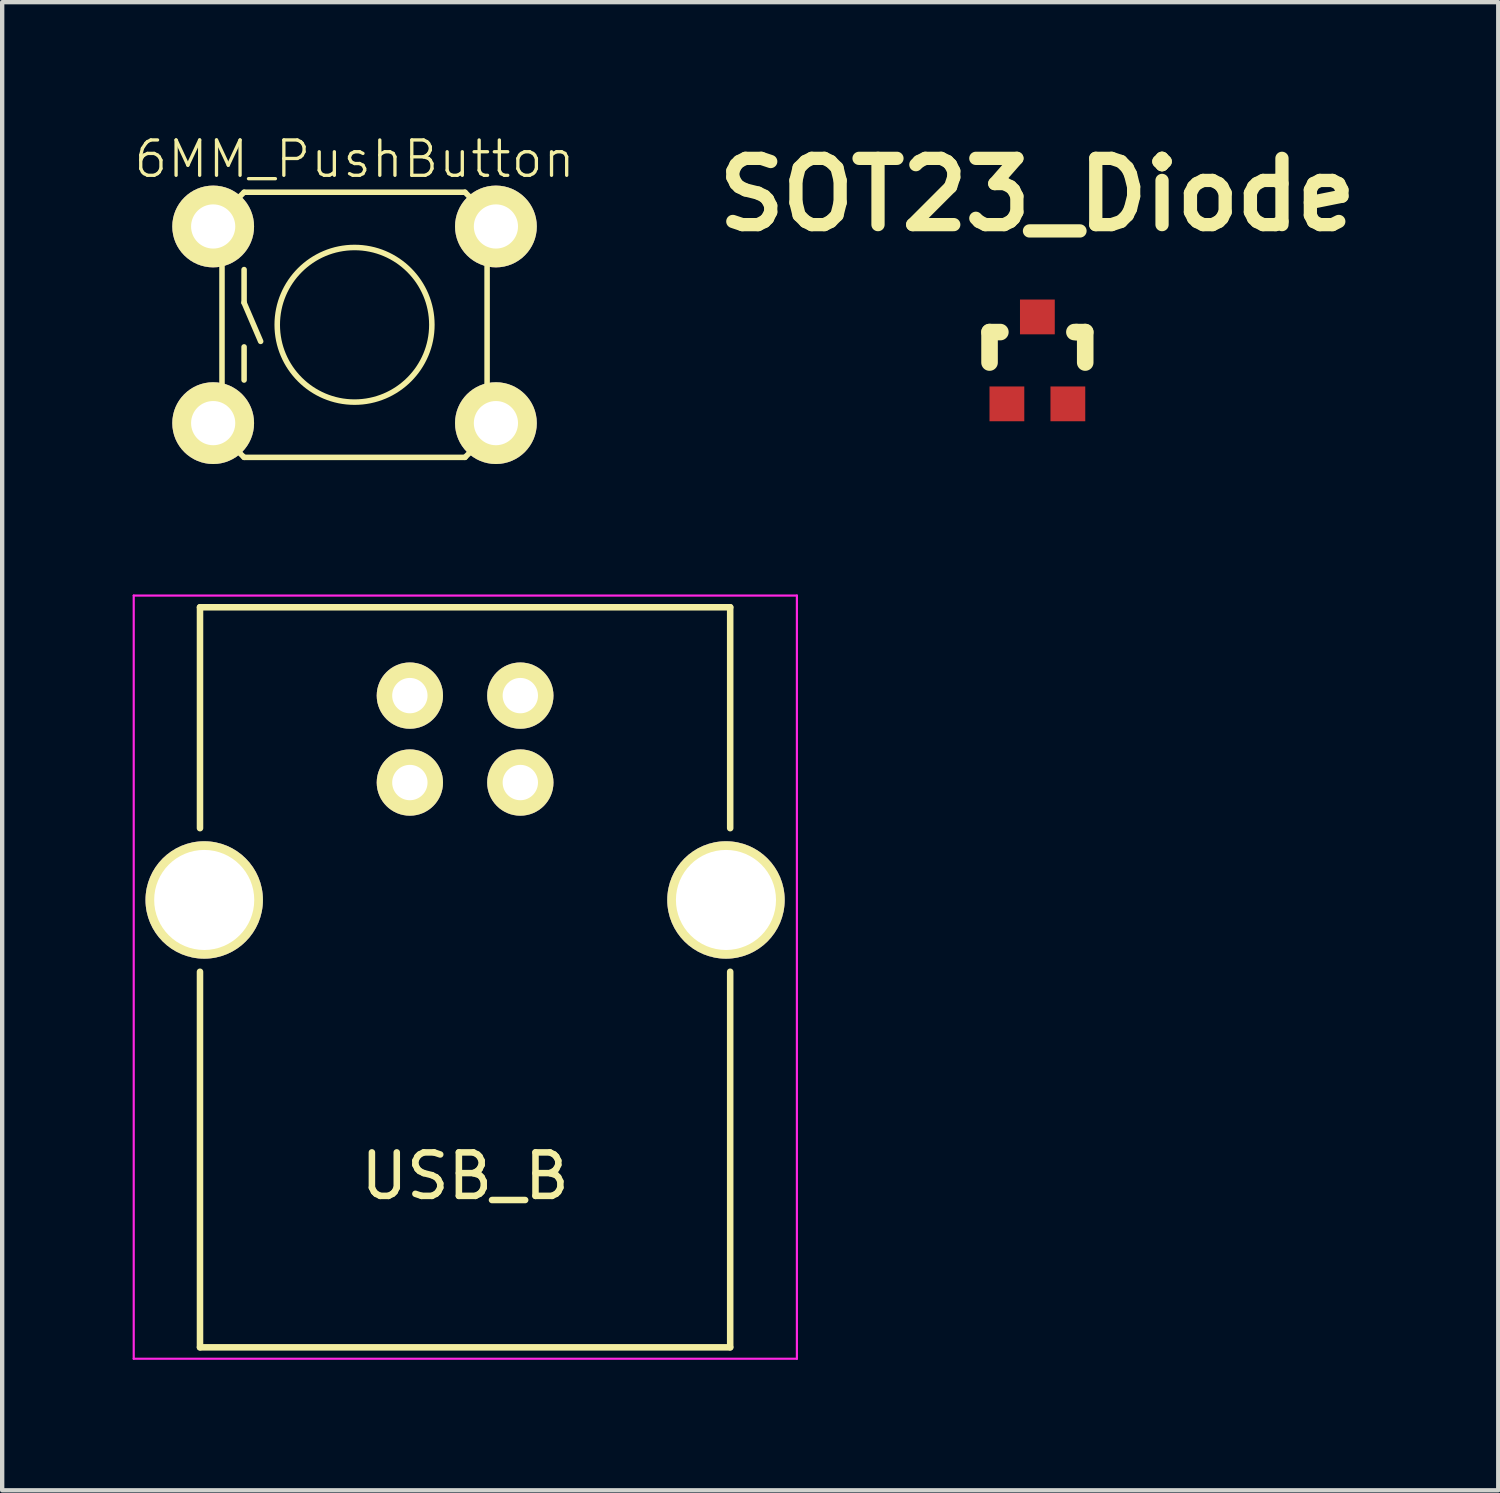
<source format=kicad_pcb>
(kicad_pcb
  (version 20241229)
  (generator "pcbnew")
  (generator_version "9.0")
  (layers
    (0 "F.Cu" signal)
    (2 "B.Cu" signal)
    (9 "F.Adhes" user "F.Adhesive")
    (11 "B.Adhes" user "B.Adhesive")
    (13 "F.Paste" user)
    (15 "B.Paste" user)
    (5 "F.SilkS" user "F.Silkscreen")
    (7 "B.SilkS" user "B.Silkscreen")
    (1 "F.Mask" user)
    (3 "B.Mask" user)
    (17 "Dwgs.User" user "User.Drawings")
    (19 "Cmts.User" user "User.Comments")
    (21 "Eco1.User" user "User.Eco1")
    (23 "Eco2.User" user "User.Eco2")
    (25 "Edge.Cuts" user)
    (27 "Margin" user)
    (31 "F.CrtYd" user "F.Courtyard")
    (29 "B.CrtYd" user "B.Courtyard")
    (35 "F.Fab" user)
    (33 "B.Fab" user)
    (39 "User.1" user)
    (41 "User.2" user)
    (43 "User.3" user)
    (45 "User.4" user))
  (footprint "USB_B"
    (layer "F.Cu")
    (at 6.375 12.945)
    (property "Reference" "USB_B" (at 1.27 11.05 0) (layer "F.SilkS") (effects (font (size 1 1) (thickness 0.15))))
    (attr through_hole)
    (fp_line (start -4.826 -2.031) (end -4.826 3.049) (stroke (width 0.15) (type solid)) (layer "F.SilkS"))
    (fp_line (start -4.826 -2.031) (end 7.366 -2.031) (stroke (width 0.15) (type solid)) (layer "F.SilkS"))
    (fp_line (start -4.826 6.351) (end -4.826 14.987) (stroke (width 0.15) (type solid)) (layer "F.SilkS"))
    (fp_line (start 7.366 -2.031) (end 7.366 3.049) (stroke (width 0.15) (type solid)) (layer "F.SilkS"))
    (fp_line (start 7.366 6.351) (end 7.366 14.987) (stroke (width 0.15) (type solid)) (layer "F.SilkS"))
    (fp_line (start 7.366 14.987) (end -4.826 14.987) (stroke (width 0.15) (type solid)) (layer "F.SilkS"))
    (fp_line (start -6.35 -2.3) (end 8.9 -2.3) (stroke (width 0.05) (type solid)) (layer "F.CrtYd"))
    (fp_line (start -6.35 15.25) (end -6.35 -2.3) (stroke (width 0.05) (type solid)) (layer "F.CrtYd"))
    (fp_line (start 8.9 -2.3) (end 8.9 15.25) (stroke (width 0.05) (type solid)) (layer "F.CrtYd"))
    (fp_line (start 8.9 15.25) (end -6.35 15.25) (stroke (width 0.05) (type solid)) (layer "F.CrtYd"))
    (pad "1" thru_hole circle (at 2.54 0.001 180) (size 1.524 1.524) (drill 0.813) (layers "*.Cu" "*.Mask" "F.SilkS"))
    (pad "2" thru_hole circle (at 0 0.001 180) (size 1.524 1.524) (drill 0.813) (layers "*.Cu" "*.Mask" "F.SilkS"))
    (pad "3" thru_hole circle (at 0 2 180) (size 1.524 1.524) (drill 0.813) (layers "*.Cu" "*.Mask" "F.SilkS"))
    (pad "4" thru_hole circle (at 2.54 2 180) (size 1.524 1.524) (drill 0.813) (layers "*.Cu" "*.Mask" "F.SilkS"))
    (pad "5" thru_hole circle (at -4.729 4.7 180) (size 2.7 2.7) (drill 2.301) (layers "*.Cu" "*.Mask" "F.SilkS"))
    (pad "5" thru_hole circle (at 7.269 4.7 180) (size 2.7 2.7) (drill 2.301) (layers "*.Cu" "*.Mask" "F.SilkS")))
  (footprint "6MM_PushButton"
    (layer "F.Cu")
    (at 5.103 4.419)
    (property "Reference" "6MM_PushButton" (at 0 -3.81 0) (layer "F.SilkS") (effects (font (size 0.813 0.813) (thickness 0.076))))
    (attr through_hole)
    (fp_line (start -3.048 -2.54) (end -2.54 -3.048) (stroke (width 0.127) (type solid)) (layer "F.SilkS"))
    (fp_line (start -3.048 2.54) (end -3.048 -2.54) (stroke (width 0.127) (type solid)) (layer "F.SilkS"))
    (fp_line (start -2.54 -3.048) (end 2.54 -3.048) (stroke (width 0.127) (type solid)) (layer "F.SilkS"))
    (fp_line (start -2.54 -1.27) (end -2.54 -0.508) (stroke (width 0.127) (type solid)) (layer "F.SilkS"))
    (fp_line (start -2.54 -0.508) (end -2.159 0.381) (stroke (width 0.127) (type solid)) (layer "F.SilkS"))
    (fp_line (start -2.54 1.27) (end -2.54 0.508) (stroke (width 0.127) (type solid)) (layer "F.SilkS"))
    (fp_line (start -2.54 3.048) (end -3.048 2.54) (stroke (width 0.127) (type solid)) (layer "F.SilkS"))
    (fp_line (start 2.54 -3.048) (end 3.048 -2.54) (stroke (width 0.127) (type solid)) (layer "F.SilkS"))
    (fp_line (start 2.54 3.048) (end -2.54 3.048) (stroke (width 0.127) (type solid)) (layer "F.SilkS"))
    (fp_line (start 3.048 -2.54) (end 3.048 2.54) (stroke (width 0.127) (type solid)) (layer "F.SilkS"))
    (fp_line (start 3.048 2.54) (end 2.54 3.048) (stroke (width 0.127) (type solid)) (layer "F.SilkS"))
    (fp_circle (center 0 0) (end 0 -1.778) (stroke (width 0.127) (type solid)) (fill no) (layer "F.SilkS"))
    (pad "1" thru_hole circle (at -3.251 -2.261) (size 1.88 1.88) (drill 1.016) (layers "*.Cu" "*.Mask" "F.SilkS"))
    (pad "1" thru_hole circle (at 3.251 -2.261) (size 1.88 1.88) (drill 1.016) (layers "*.Cu" "*.Mask" "F.SilkS"))
    (pad "2" thru_hole circle (at -3.251 2.261) (size 1.88 1.88) (drill 1.016) (layers "*.Cu" "*.Mask" "F.SilkS"))
    (pad "2" thru_hole circle (at 3.251 2.261) (size 1.88 1.88) (drill 1.016) (layers "*.Cu" "*.Mask" "F.SilkS")))
  (footprint "SOT23_Diode"
    (layer "F.Cu")
    (at 20.805 5.236)
    (property "Reference" "SOT23_Diode" (at 0 -3.81 0) (layer "F.SilkS") (effects (font (size 1.524 1.524) (thickness 0.305))))
    (attr through_hole)
    (fp_line (start -1.1 -0.65) (end -0.851 -0.65) (stroke (width 0.381) (type solid)) (layer "F.SilkS"))
    (fp_line (start -1.1 0.051) (end -1.1 -0.65) (stroke (width 0.381) (type solid)) (layer "F.SilkS"))
    (fp_line (start 0.899 -0.65) (end 0.851 -0.65) (stroke (width 0.381) (type solid)) (layer "F.SilkS"))
    (fp_line (start 0.899 -0.65) (end 1.1 -0.65) (stroke (width 0.381) (type solid)) (layer "F.SilkS"))
    (fp_line (start 1.1 -0.65) (end 1.1 0.051) (stroke (width 0.381) (type solid)) (layer "F.SilkS"))
    (pad "1" smd rect (at -0.701 1.001) (size 0.8 0.8) (layers "F.Cu" "F.Mask" "F.Paste"))
    (pad "2" smd rect (at 0.701 1.001) (size 0.8 0.8) (layers "F.Cu" "F.Mask" "F.Paste"))
    (pad "3" smd rect (at 0 -0.998) (size 0.8 0.8) (layers "F.Cu" "F.Mask" "F.Paste")))
  (gr_rect
    (start -3 -3)
    (end 31.403 31.22)
    (stroke (width 0.1) (type default))
    (fill no)
    (layer "Edge.Cuts")))
</source>
